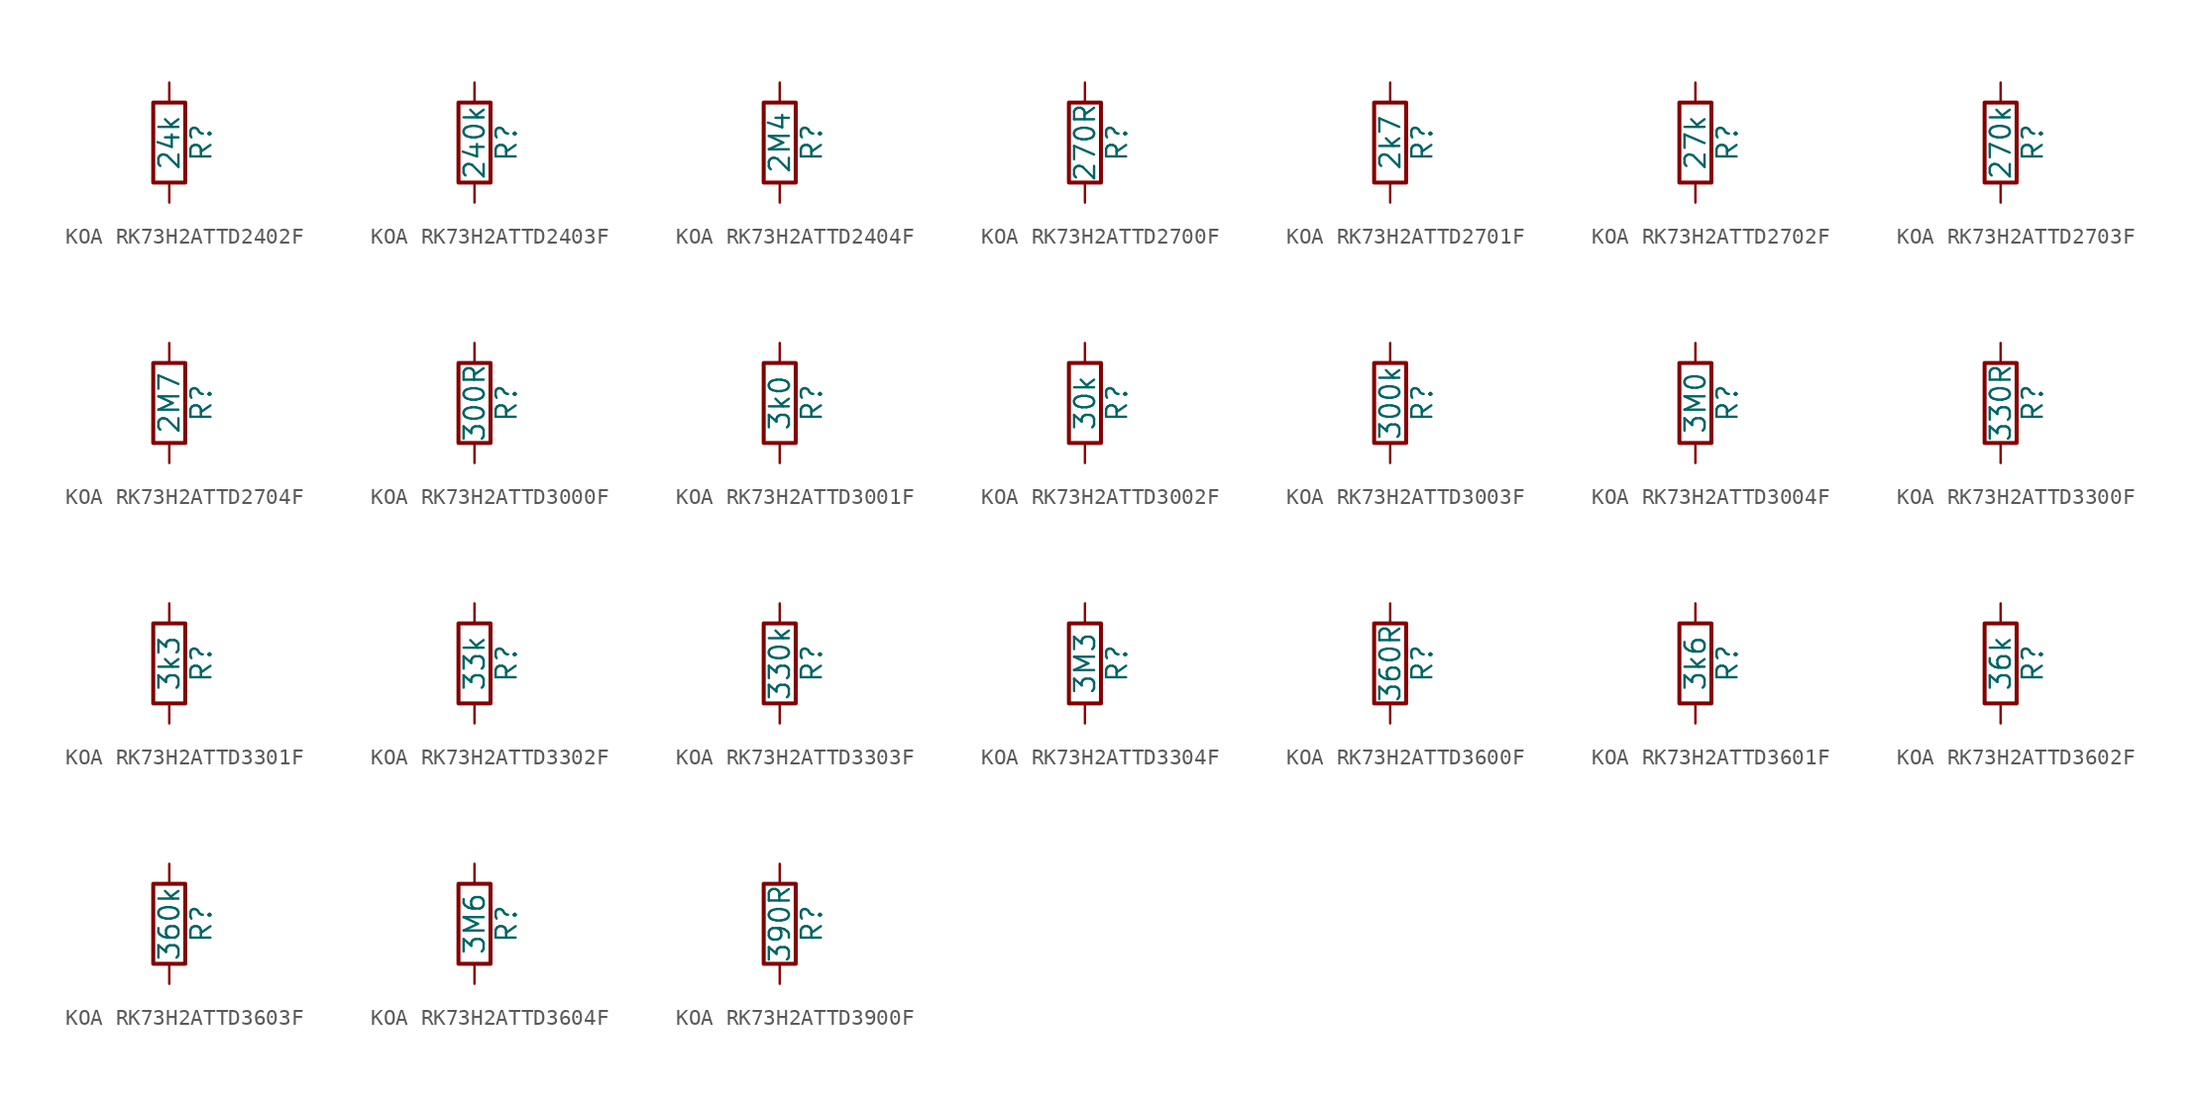
<source format=kicad_sym>
(kicad_symbol_lib
  (version 20220914)
  (generator kicad_symbol_editor)
  (symbol "KOA RK73H2ATTD2402F"
    (pin_numbers hide)
    (pin_names
      (offset 0))
    (property "Reference" "R"
      (at 2.032 0 90)
      (effects (font (size 1.27 1.27))))
    (property "Value" "24k"
      (at 0 0 90)
      (effects (font (size 1.27 1.27))))
    (symbol "KOA RK73H2ATTD2402F_0_1"
      (rectangle (start -1.016 -2.54) (end 1.016 2.54) (stroke (width 0.254) (type default)) (fill (type none))))
    (symbol "KOA RK73H2ATTD2402F_1_1"
      (pin passive line (at 0 3.81 270) (length 1.27) (name "~" (effects (font (size 1.27 1.27)))) (number "1" (effects (font (size 1.27 1.27)))))
      (pin passive line (at 0 -3.81 90) (length 1.27) (name "~" (effects (font (size 1.27 1.27)))) (number "2" (effects (font (size 1.27 1.27)))))))
  (symbol "KOA RK73H2ATTD2403F"
    (pin_numbers hide)
    (pin_names
      (offset 0))
    (property "Reference" "R"
      (at 2.032 0 90)
      (effects (font (size 1.27 1.27))))
    (property "Value" "240k"
      (at 0 0 90)
      (effects (font (size 1.27 1.27))))
    (symbol "KOA RK73H2ATTD2403F_0_1"
      (rectangle (start -1.016 -2.54) (end 1.016 2.54) (stroke (width 0.254) (type default)) (fill (type none))))
    (symbol "KOA RK73H2ATTD2403F_1_1"
      (pin passive line (at 0 3.81 270) (length 1.27) (name "~" (effects (font (size 1.27 1.27)))) (number "1" (effects (font (size 1.27 1.27)))))
      (pin passive line (at 0 -3.81 90) (length 1.27) (name "~" (effects (font (size 1.27 1.27)))) (number "2" (effects (font (size 1.27 1.27)))))))
  (symbol "KOA RK73H2ATTD2404F"
    (pin_numbers hide)
    (pin_names
      (offset 0))
    (property "Reference" "R"
      (at 2.032 0 90)
      (effects (font (size 1.27 1.27))))
    (property "Value" "2M4"
      (at 0 0 90)
      (effects (font (size 1.27 1.27))))
    (symbol "KOA RK73H2ATTD2404F_0_1"
      (rectangle (start -1.016 -2.54) (end 1.016 2.54) (stroke (width 0.254) (type default)) (fill (type none))))
    (symbol "KOA RK73H2ATTD2404F_1_1"
      (pin passive line (at 0 3.81 270) (length 1.27) (name "~" (effects (font (size 1.27 1.27)))) (number "1" (effects (font (size 1.27 1.27)))))
      (pin passive line (at 0 -3.81 90) (length 1.27) (name "~" (effects (font (size 1.27 1.27)))) (number "2" (effects (font (size 1.27 1.27)))))))
  (symbol "KOA RK73H2ATTD2700F"
    (pin_numbers hide)
    (pin_names
      (offset 0))
    (property "Reference" "R"
      (at 2.032 0 90)
      (effects (font (size 1.27 1.27))))
    (property "Value" "270R"
      (at 0 0 90)
      (effects (font (size 1.27 1.27))))
    (symbol "KOA RK73H2ATTD2700F_0_1"
      (rectangle (start -1.016 -2.54) (end 1.016 2.54) (stroke (width 0.254) (type default)) (fill (type none))))
    (symbol "KOA RK73H2ATTD2700F_1_1"
      (pin passive line (at 0 3.81 270) (length 1.27) (name "~" (effects (font (size 1.27 1.27)))) (number "1" (effects (font (size 1.27 1.27)))))
      (pin passive line (at 0 -3.81 90) (length 1.27) (name "~" (effects (font (size 1.27 1.27)))) (number "2" (effects (font (size 1.27 1.27)))))))
  (symbol "KOA RK73H2ATTD2701F"
    (pin_numbers hide)
    (pin_names
      (offset 0))
    (property "Reference" "R"
      (at 2.032 0 90)
      (effects (font (size 1.27 1.27))))
    (property "Value" "2k7"
      (at 0 0 90)
      (effects (font (size 1.27 1.27))))
    (symbol "KOA RK73H2ATTD2701F_0_1"
      (rectangle (start -1.016 -2.54) (end 1.016 2.54) (stroke (width 0.254) (type default)) (fill (type none))))
    (symbol "KOA RK73H2ATTD2701F_1_1"
      (pin passive line (at 0 3.81 270) (length 1.27) (name "~" (effects (font (size 1.27 1.27)))) (number "1" (effects (font (size 1.27 1.27)))))
      (pin passive line (at 0 -3.81 90) (length 1.27) (name "~" (effects (font (size 1.27 1.27)))) (number "2" (effects (font (size 1.27 1.27)))))))
  (symbol "KOA RK73H2ATTD2702F"
    (pin_numbers hide)
    (pin_names
      (offset 0))
    (property "Reference" "R"
      (at 2.032 0 90)
      (effects (font (size 1.27 1.27))))
    (property "Value" "27k"
      (at 0 0 90)
      (effects (font (size 1.27 1.27))))
    (symbol "KOA RK73H2ATTD2702F_0_1"
      (rectangle (start -1.016 -2.54) (end 1.016 2.54) (stroke (width 0.254) (type default)) (fill (type none))))
    (symbol "KOA RK73H2ATTD2702F_1_1"
      (pin passive line (at 0 3.81 270) (length 1.27) (name "~" (effects (font (size 1.27 1.27)))) (number "1" (effects (font (size 1.27 1.27)))))
      (pin passive line (at 0 -3.81 90) (length 1.27) (name "~" (effects (font (size 1.27 1.27)))) (number "2" (effects (font (size 1.27 1.27)))))))
  (symbol "KOA RK73H2ATTD2703F"
    (pin_numbers hide)
    (pin_names
      (offset 0))
    (property "Reference" "R"
      (at 2.032 0 90)
      (effects (font (size 1.27 1.27))))
    (property "Value" "270k"
      (at 0 0 90)
      (effects (font (size 1.27 1.27))))
    (symbol "KOA RK73H2ATTD2703F_0_1"
      (rectangle (start -1.016 -2.54) (end 1.016 2.54) (stroke (width 0.254) (type default)) (fill (type none))))
    (symbol "KOA RK73H2ATTD2703F_1_1"
      (pin passive line (at 0 3.81 270) (length 1.27) (name "~" (effects (font (size 1.27 1.27)))) (number "1" (effects (font (size 1.27 1.27)))))
      (pin passive line (at 0 -3.81 90) (length 1.27) (name "~" (effects (font (size 1.27 1.27)))) (number "2" (effects (font (size 1.27 1.27)))))))
  (symbol "KOA RK73H2ATTD2704F"
    (pin_numbers hide)
    (pin_names
      (offset 0))
    (property "Reference" "R"
      (at 2.032 0 90)
      (effects (font (size 1.27 1.27))))
    (property "Value" "2M7"
      (at 0 0 90)
      (effects (font (size 1.27 1.27))))
    (symbol "KOA RK73H2ATTD2704F_0_1"
      (rectangle (start -1.016 -2.54) (end 1.016 2.54) (stroke (width 0.254) (type default)) (fill (type none))))
    (symbol "KOA RK73H2ATTD2704F_1_1"
      (pin passive line (at 0 3.81 270) (length 1.27) (name "~" (effects (font (size 1.27 1.27)))) (number "1" (effects (font (size 1.27 1.27)))))
      (pin passive line (at 0 -3.81 90) (length 1.27) (name "~" (effects (font (size 1.27 1.27)))) (number "2" (effects (font (size 1.27 1.27)))))))
  (symbol "KOA RK73H2ATTD3000F"
    (pin_numbers hide)
    (pin_names
      (offset 0))
    (property "Reference" "R"
      (at 2.032 0 90)
      (effects (font (size 1.27 1.27))))
    (property "Value" "300R"
      (at 0 0 90)
      (effects (font (size 1.27 1.27))))
    (symbol "KOA RK73H2ATTD3000F_0_1"
      (rectangle (start -1.016 -2.54) (end 1.016 2.54) (stroke (width 0.254) (type default)) (fill (type none))))
    (symbol "KOA RK73H2ATTD3000F_1_1"
      (pin passive line (at 0 3.81 270) (length 1.27) (name "~" (effects (font (size 1.27 1.27)))) (number "1" (effects (font (size 1.27 1.27)))))
      (pin passive line (at 0 -3.81 90) (length 1.27) (name "~" (effects (font (size 1.27 1.27)))) (number "2" (effects (font (size 1.27 1.27)))))))
  (symbol "KOA RK73H2ATTD3001F"
    (pin_numbers hide)
    (pin_names
      (offset 0))
    (property "Reference" "R"
      (at 2.032 0 90)
      (effects (font (size 1.27 1.27))))
    (property "Value" "3k0"
      (at 0 0 90)
      (effects (font (size 1.27 1.27))))
    (symbol "KOA RK73H2ATTD3001F_0_1"
      (rectangle (start -1.016 -2.54) (end 1.016 2.54) (stroke (width 0.254) (type default)) (fill (type none))))
    (symbol "KOA RK73H2ATTD3001F_1_1"
      (pin passive line (at 0 3.81 270) (length 1.27) (name "~" (effects (font (size 1.27 1.27)))) (number "1" (effects (font (size 1.27 1.27)))))
      (pin passive line (at 0 -3.81 90) (length 1.27) (name "~" (effects (font (size 1.27 1.27)))) (number "2" (effects (font (size 1.27 1.27)))))))
  (symbol "KOA RK73H2ATTD3002F"
    (pin_numbers hide)
    (pin_names
      (offset 0))
    (property "Reference" "R"
      (at 2.032 0 90)
      (effects (font (size 1.27 1.27))))
    (property "Value" "30k"
      (at 0 0 90)
      (effects (font (size 1.27 1.27))))
    (symbol "KOA RK73H2ATTD3002F_0_1"
      (rectangle (start -1.016 -2.54) (end 1.016 2.54) (stroke (width 0.254) (type default)) (fill (type none))))
    (symbol "KOA RK73H2ATTD3002F_1_1"
      (pin passive line (at 0 3.81 270) (length 1.27) (name "~" (effects (font (size 1.27 1.27)))) (number "1" (effects (font (size 1.27 1.27)))))
      (pin passive line (at 0 -3.81 90) (length 1.27) (name "~" (effects (font (size 1.27 1.27)))) (number "2" (effects (font (size 1.27 1.27)))))))
  (symbol "KOA RK73H2ATTD3003F"
    (pin_numbers hide)
    (pin_names
      (offset 0))
    (property "Reference" "R"
      (at 2.032 0 90)
      (effects (font (size 1.27 1.27))))
    (property "Value" "300k"
      (at 0 0 90)
      (effects (font (size 1.27 1.27))))
    (symbol "KOA RK73H2ATTD3003F_0_1"
      (rectangle (start -1.016 -2.54) (end 1.016 2.54) (stroke (width 0.254) (type default)) (fill (type none))))
    (symbol "KOA RK73H2ATTD3003F_1_1"
      (pin passive line (at 0 3.81 270) (length 1.27) (name "~" (effects (font (size 1.27 1.27)))) (number "1" (effects (font (size 1.27 1.27)))))
      (pin passive line (at 0 -3.81 90) (length 1.27) (name "~" (effects (font (size 1.27 1.27)))) (number "2" (effects (font (size 1.27 1.27)))))))
  (symbol "KOA RK73H2ATTD3004F"
    (pin_numbers hide)
    (pin_names
      (offset 0))
    (property "Reference" "R"
      (at 2.032 0 90)
      (effects (font (size 1.27 1.27))))
    (property "Value" "3M0"
      (at 0 0 90)
      (effects (font (size 1.27 1.27))))
    (symbol "KOA RK73H2ATTD3004F_0_1"
      (rectangle (start -1.016 -2.54) (end 1.016 2.54) (stroke (width 0.254) (type default)) (fill (type none))))
    (symbol "KOA RK73H2ATTD3004F_1_1"
      (pin passive line (at 0 3.81 270) (length 1.27) (name "~" (effects (font (size 1.27 1.27)))) (number "1" (effects (font (size 1.27 1.27)))))
      (pin passive line (at 0 -3.81 90) (length 1.27) (name "~" (effects (font (size 1.27 1.27)))) (number "2" (effects (font (size 1.27 1.27)))))))
  (symbol "KOA RK73H2ATTD3300F"
    (pin_numbers hide)
    (pin_names
      (offset 0))
    (property "Reference" "R"
      (at 2.032 0 90)
      (effects (font (size 1.27 1.27))))
    (property "Value" "330R"
      (at 0 0 90)
      (effects (font (size 1.27 1.27))))
    (symbol "KOA RK73H2ATTD3300F_0_1"
      (rectangle (start -1.016 -2.54) (end 1.016 2.54) (stroke (width 0.254) (type default)) (fill (type none))))
    (symbol "KOA RK73H2ATTD3300F_1_1"
      (pin passive line (at 0 3.81 270) (length 1.27) (name "~" (effects (font (size 1.27 1.27)))) (number "1" (effects (font (size 1.27 1.27)))))
      (pin passive line (at 0 -3.81 90) (length 1.27) (name "~" (effects (font (size 1.27 1.27)))) (number "2" (effects (font (size 1.27 1.27)))))))
  (symbol "KOA RK73H2ATTD3301F"
    (pin_numbers hide)
    (pin_names
      (offset 0))
    (property "Reference" "R"
      (at 2.032 0 90)
      (effects (font (size 1.27 1.27))))
    (property "Value" "3k3"
      (at 0 0 90)
      (effects (font (size 1.27 1.27))))
    (symbol "KOA RK73H2ATTD3301F_0_1"
      (rectangle (start -1.016 -2.54) (end 1.016 2.54) (stroke (width 0.254) (type default)) (fill (type none))))
    (symbol "KOA RK73H2ATTD3301F_1_1"
      (pin passive line (at 0 3.81 270) (length 1.27) (name "~" (effects (font (size 1.27 1.27)))) (number "1" (effects (font (size 1.27 1.27)))))
      (pin passive line (at 0 -3.81 90) (length 1.27) (name "~" (effects (font (size 1.27 1.27)))) (number "2" (effects (font (size 1.27 1.27)))))))
  (symbol "KOA RK73H2ATTD3302F"
    (pin_numbers hide)
    (pin_names
      (offset 0))
    (property "Reference" "R"
      (at 2.032 0 90)
      (effects (font (size 1.27 1.27))))
    (property "Value" "33k"
      (at 0 0 90)
      (effects (font (size 1.27 1.27))))
    (symbol "KOA RK73H2ATTD3302F_0_1"
      (rectangle (start -1.016 -2.54) (end 1.016 2.54) (stroke (width 0.254) (type default)) (fill (type none))))
    (symbol "KOA RK73H2ATTD3302F_1_1"
      (pin passive line (at 0 3.81 270) (length 1.27) (name "~" (effects (font (size 1.27 1.27)))) (number "1" (effects (font (size 1.27 1.27)))))
      (pin passive line (at 0 -3.81 90) (length 1.27) (name "~" (effects (font (size 1.27 1.27)))) (number "2" (effects (font (size 1.27 1.27)))))))
  (symbol "KOA RK73H2ATTD3303F"
    (pin_numbers hide)
    (pin_names
      (offset 0))
    (property "Reference" "R"
      (at 2.032 0 90)
      (effects (font (size 1.27 1.27))))
    (property "Value" "330k"
      (at 0 0 90)
      (effects (font (size 1.27 1.27))))
    (symbol "KOA RK73H2ATTD3303F_0_1"
      (rectangle (start -1.016 -2.54) (end 1.016 2.54) (stroke (width 0.254) (type default)) (fill (type none))))
    (symbol "KOA RK73H2ATTD3303F_1_1"
      (pin passive line (at 0 3.81 270) (length 1.27) (name "~" (effects (font (size 1.27 1.27)))) (number "1" (effects (font (size 1.27 1.27)))))
      (pin passive line (at 0 -3.81 90) (length 1.27) (name "~" (effects (font (size 1.27 1.27)))) (number "2" (effects (font (size 1.27 1.27)))))))
  (symbol "KOA RK73H2ATTD3304F"
    (pin_numbers hide)
    (pin_names
      (offset 0))
    (property "Reference" "R"
      (at 2.032 0 90)
      (effects (font (size 1.27 1.27))))
    (property "Value" "3M3"
      (at 0 0 90)
      (effects (font (size 1.27 1.27))))
    (symbol "KOA RK73H2ATTD3304F_0_1"
      (rectangle (start -1.016 -2.54) (end 1.016 2.54) (stroke (width 0.254) (type default)) (fill (type none))))
    (symbol "KOA RK73H2ATTD3304F_1_1"
      (pin passive line (at 0 3.81 270) (length 1.27) (name "~" (effects (font (size 1.27 1.27)))) (number "1" (effects (font (size 1.27 1.27)))))
      (pin passive line (at 0 -3.81 90) (length 1.27) (name "~" (effects (font (size 1.27 1.27)))) (number "2" (effects (font (size 1.27 1.27)))))))
  (symbol "KOA RK73H2ATTD3600F"
    (pin_numbers hide)
    (pin_names
      (offset 0))
    (property "Reference" "R"
      (at 2.032 0 90)
      (effects (font (size 1.27 1.27))))
    (property "Value" "360R"
      (at 0 0 90)
      (effects (font (size 1.27 1.27))))
    (symbol "KOA RK73H2ATTD3600F_0_1"
      (rectangle (start -1.016 -2.54) (end 1.016 2.54) (stroke (width 0.254) (type default)) (fill (type none))))
    (symbol "KOA RK73H2ATTD3600F_1_1"
      (pin passive line (at 0 3.81 270) (length 1.27) (name "~" (effects (font (size 1.27 1.27)))) (number "1" (effects (font (size 1.27 1.27)))))
      (pin passive line (at 0 -3.81 90) (length 1.27) (name "~" (effects (font (size 1.27 1.27)))) (number "2" (effects (font (size 1.27 1.27)))))))
  (symbol "KOA RK73H2ATTD3601F"
    (pin_numbers hide)
    (pin_names
      (offset 0))
    (property "Reference" "R"
      (at 2.032 0 90)
      (effects (font (size 1.27 1.27))))
    (property "Value" "3k6"
      (at 0 0 90)
      (effects (font (size 1.27 1.27))))
    (symbol "KOA RK73H2ATTD3601F_0_1"
      (rectangle (start -1.016 -2.54) (end 1.016 2.54) (stroke (width 0.254) (type default)) (fill (type none))))
    (symbol "KOA RK73H2ATTD3601F_1_1"
      (pin passive line (at 0 3.81 270) (length 1.27) (name "~" (effects (font (size 1.27 1.27)))) (number "1" (effects (font (size 1.27 1.27)))))
      (pin passive line (at 0 -3.81 90) (length 1.27) (name "~" (effects (font (size 1.27 1.27)))) (number "2" (effects (font (size 1.27 1.27)))))))
  (symbol "KOA RK73H2ATTD3602F"
    (pin_numbers hide)
    (pin_names
      (offset 0))
    (property "Reference" "R"
      (at 2.032 0 90)
      (effects (font (size 1.27 1.27))))
    (property "Value" "36k"
      (at 0 0 90)
      (effects (font (size 1.27 1.27))))
    (symbol "KOA RK73H2ATTD3602F_0_1"
      (rectangle (start -1.016 -2.54) (end 1.016 2.54) (stroke (width 0.254) (type default)) (fill (type none))))
    (symbol "KOA RK73H2ATTD3602F_1_1"
      (pin passive line (at 0 3.81 270) (length 1.27) (name "~" (effects (font (size 1.27 1.27)))) (number "1" (effects (font (size 1.27 1.27)))))
      (pin passive line (at 0 -3.81 90) (length 1.27) (name "~" (effects (font (size 1.27 1.27)))) (number "2" (effects (font (size 1.27 1.27)))))))
  (symbol "KOA RK73H2ATTD3603F"
    (pin_numbers hide)
    (pin_names
      (offset 0))
    (property "Reference" "R"
      (at 2.032 0 90)
      (effects (font (size 1.27 1.27))))
    (property "Value" "360k"
      (at 0 0 90)
      (effects (font (size 1.27 1.27))))
    (symbol "KOA RK73H2ATTD3603F_0_1"
      (rectangle (start -1.016 -2.54) (end 1.016 2.54) (stroke (width 0.254) (type default)) (fill (type none))))
    (symbol "KOA RK73H2ATTD3603F_1_1"
      (pin passive line (at 0 3.81 270) (length 1.27) (name "~" (effects (font (size 1.27 1.27)))) (number "1" (effects (font (size 1.27 1.27)))))
      (pin passive line (at 0 -3.81 90) (length 1.27) (name "~" (effects (font (size 1.27 1.27)))) (number "2" (effects (font (size 1.27 1.27)))))))
  (symbol "KOA RK73H2ATTD3604F"
    (pin_numbers hide)
    (pin_names
      (offset 0))
    (property "Reference" "R"
      (at 2.032 0 90)
      (effects (font (size 1.27 1.27))))
    (property "Value" "3M6"
      (at 0 0 90)
      (effects (font (size 1.27 1.27))))
    (symbol "KOA RK73H2ATTD3604F_0_1"
      (rectangle (start -1.016 -2.54) (end 1.016 2.54) (stroke (width 0.254) (type default)) (fill (type none))))
    (symbol "KOA RK73H2ATTD3604F_1_1"
      (pin passive line (at 0 3.81 270) (length 1.27) (name "~" (effects (font (size 1.27 1.27)))) (number "1" (effects (font (size 1.27 1.27)))))
      (pin passive line (at 0 -3.81 90) (length 1.27) (name "~" (effects (font (size 1.27 1.27)))) (number "2" (effects (font (size 1.27 1.27)))))))
  (symbol "KOA RK73H2ATTD3900F"
    (pin_numbers hide)
    (pin_names
      (offset 0))
    (property "Reference" "R"
      (at 2.032 0 90)
      (effects (font (size 1.27 1.27))))
    (property "Value" "390R"
      (at 0 0 90)
      (effects (font (size 1.27 1.27))))
    (symbol "KOA RK73H2ATTD3900F_0_1"
      (rectangle (start -1.016 -2.54) (end 1.016 2.54) (stroke (width 0.254) (type default)) (fill (type none))))
    (symbol "KOA RK73H2ATTD3900F_1_1"
      (pin passive line (at 0 3.81 270) (length 1.27) (name "~" (effects (font (size 1.27 1.27)))) (number "1" (effects (font (size 1.27 1.27)))))
      (pin passive line (at 0 -3.81 90) (length 1.27) (name "~" (effects (font (size 1.27 1.27)))) (number "2" (effects (font (size 1.27 1.27))))))))
</source>
